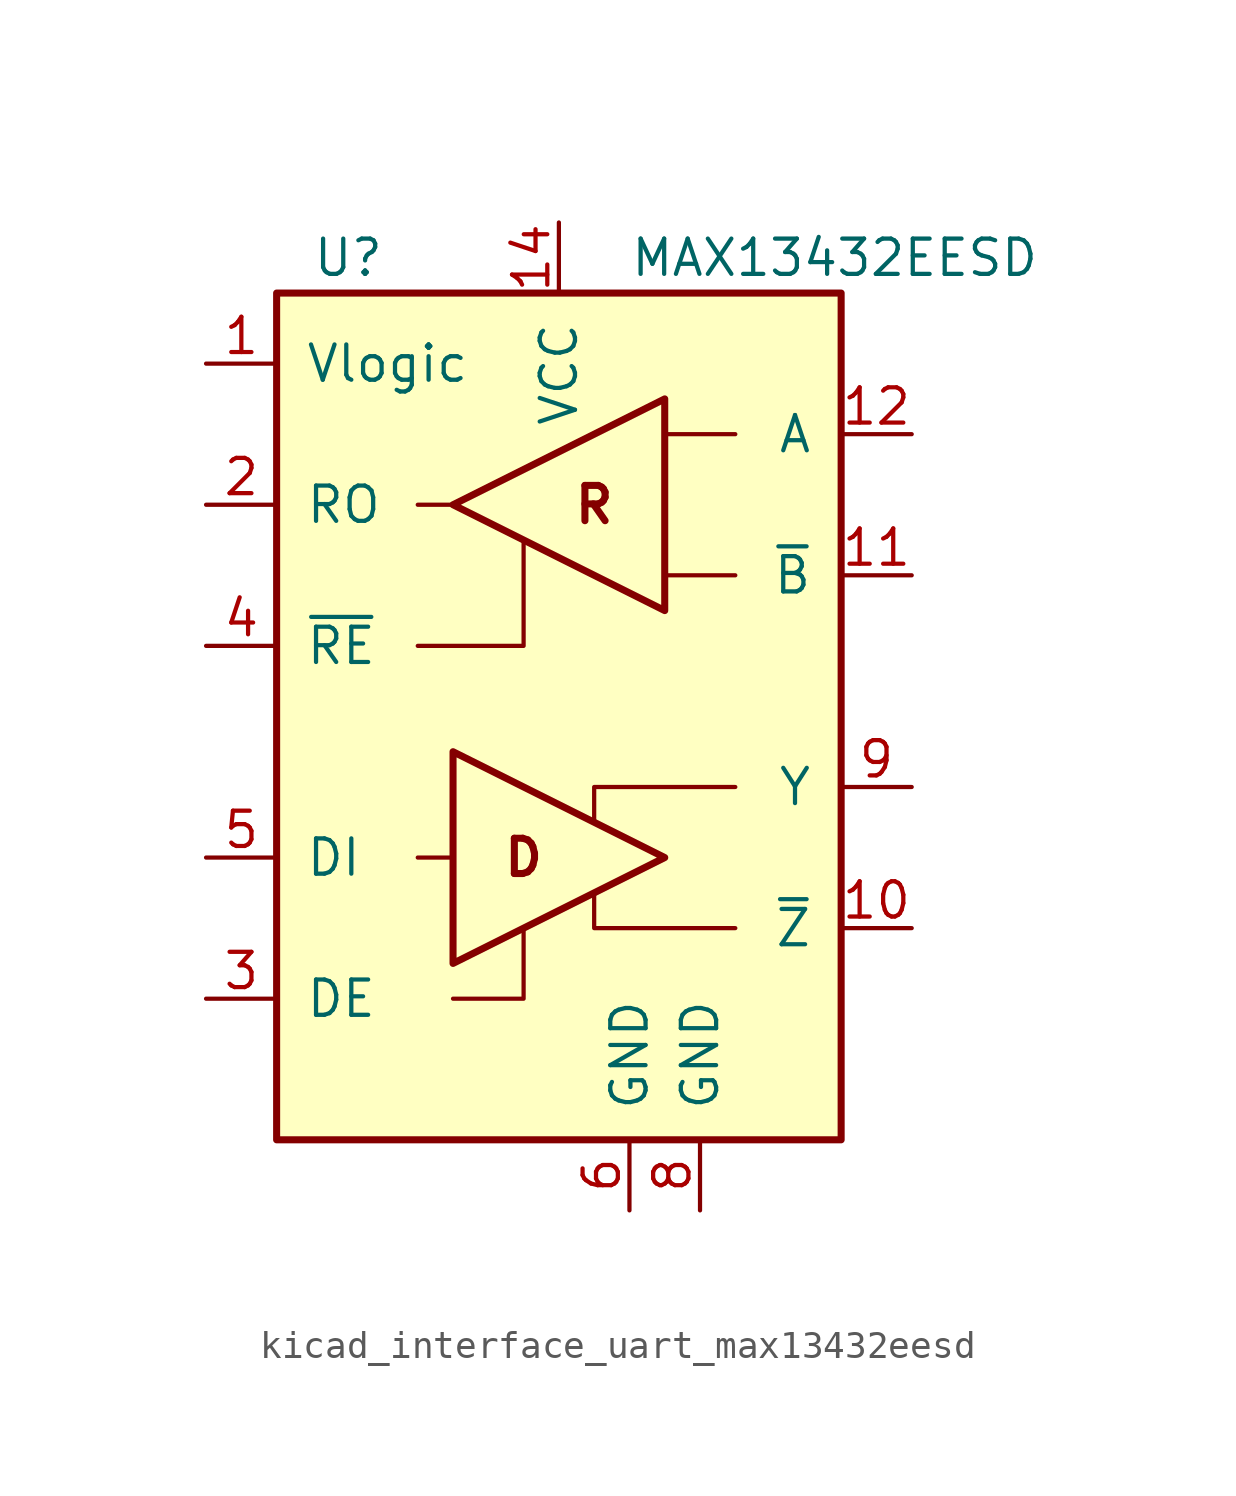
<source format=kicad_sym>
(kicad_symbol_lib
  (version 20220914)
  (generator kicad_symbol_editor)
  (symbol "kicad_interface_uart_max13432eesd"
    (pin_names
      (offset 1.016))
    (property "Reference" "U"
      (at -8.89 16.51 0)
      (effects (font (size 1.27 1.27)) (justify left)))
    (property "Value" "MAX13432EESD"
      (at 2.54 16.51 0)
      (effects (font (size 1.27 1.27)) (justify left)))
    (symbol "kicad_interface_uart_max13432eesd_0_0"
      (text "D" (at -1.27 -5.08 0) (effects (font (size 1.27 1.27) bold)))
      (text "R" (at 1.27 7.62 0) (effects (font (size 1.27 1.27) bold))))
    (symbol "kicad_interface_uart_max13432eesd_0_1"
      (rectangle (start -10.16 15.24) (end 10.16 -15.24) (stroke (width 0.254) (type default)) (fill (type background)))
      (polyline (pts (xy -5.08 -5.08) (xy -3.81 -5.08)) (stroke (width 0) (type default)) (fill (type none)))
      (polyline (pts (xy -3.81 7.62) (xy -5.08 7.62)) (stroke (width 0) (type default)) (fill (type none)))
      (polyline (pts (xy 6.35 5.08) (xy 3.81 5.08) (xy 3.81 5.08)) (stroke (width 0) (type default)) (fill (type none)))
      (polyline (pts (xy 6.35 10.16) (xy 3.81 10.16) (xy 3.81 10.16)) (stroke (width 0) (type default)) (fill (type none)))
      (polyline (pts (xy -3.81 -10.16) (xy -1.27 -10.16) (xy -1.27 -7.62) (xy -1.27 -7.62)) (stroke (width 0) (type default)) (fill (type none)))
      (polyline (pts (xy -1.27 6.35) (xy -1.27 2.54) (xy -2.54 2.54) (xy -5.08 2.54)) (stroke (width 0) (type default)) (fill (type none)))
      (polyline (pts (xy 6.35 -7.62) (xy 1.27 -7.62) (xy 1.27 -6.35) (xy 1.27 -6.35)) (stroke (width 0) (type default)) (fill (type none)))
      (polyline (pts (xy 6.35 -2.54) (xy 1.27 -2.54) (xy 1.27 -3.81) (xy 1.27 -3.81)) (stroke (width 0) (type default)) (fill (type none)))
      (polyline (pts (xy -3.81 -1.27) (xy -3.81 -8.89) (xy 3.81 -5.08) (xy -3.81 -1.27) (xy -3.81 -1.27)) (stroke (width 0.254) (type default)) (fill (type none)))
      (polyline (pts (xy 3.81 11.43) (xy 3.81 3.81) (xy -3.81 7.62) (xy 3.81 11.43) (xy 3.81 11.43)) (stroke (width 0.254) (type default)) (fill (type none))))
    (symbol "kicad_interface_uart_max13432eesd_1_1"
      (pin power_in line (at -12.7 12.7 0) (length 2.54) (name "Vlogic" (effects (font (size 1.27 1.27)))) (number "1" (effects (font (size 1.27 1.27)))))
      (pin output line (at 12.7 -7.62 180) (length 2.54) (name "~{Z}" (effects (font (size 1.27 1.27)))) (number "10" (effects (font (size 1.27 1.27)))))
      (pin input line (at 12.7 5.08 180) (length 2.54) (name "~{B}" (effects (font (size 1.27 1.27)))) (number "11" (effects (font (size 1.27 1.27)))))
      (pin input line (at 12.7 10.16 180) (length 2.54) (name "A" (effects (font (size 1.27 1.27)))) (number "12" (effects (font (size 1.27 1.27)))))
      (pin no_connect line (at 10.16 0 180) (length 2.54) hide (name "NC" (effects (font (size 1.27 1.27)))) (number "13" (effects (font (size 1.27 1.27)))))
      (pin power_in line (at 0 17.78 270) (length 2.54) (name "VCC" (effects (font (size 1.27 1.27)))) (number "14" (effects (font (size 1.27 1.27)))))
      (pin output line (at -12.7 7.62 0) (length 2.54) (name "RO" (effects (font (size 1.27 1.27)))) (number "2" (effects (font (size 1.27 1.27)))))
      (pin input line (at -12.7 -10.16 0) (length 2.54) (name "DE" (effects (font (size 1.27 1.27)))) (number "3" (effects (font (size 1.27 1.27)))))
      (pin input line (at -12.7 2.54 0) (length 2.54) (name "~{RE}" (effects (font (size 1.27 1.27)))) (number "4" (effects (font (size 1.27 1.27)))))
      (pin input line (at -12.7 -5.08 0) (length 2.54) (name "DI" (effects (font (size 1.27 1.27)))) (number "5" (effects (font (size 1.27 1.27)))))
      (pin power_in line (at 2.54 -17.78 90) (length 2.54) (name "GND" (effects (font (size 1.27 1.27)))) (number "6" (effects (font (size 1.27 1.27)))))
      (pin no_connect line (at 10.16 2.54 180) (length 2.54) hide (name "NC" (effects (font (size 1.27 1.27)))) (number "7" (effects (font (size 1.27 1.27)))))
      (pin power_in line (at 5.08 -17.78 90) (length 2.54) (name "GND" (effects (font (size 1.27 1.27)))) (number "8" (effects (font (size 1.27 1.27)))))
      (pin output line (at 12.7 -2.54 180) (length 2.54) (name "Y" (effects (font (size 1.27 1.27)))) (number "9" (effects (font (size 1.27 1.27))))))))
</source>
